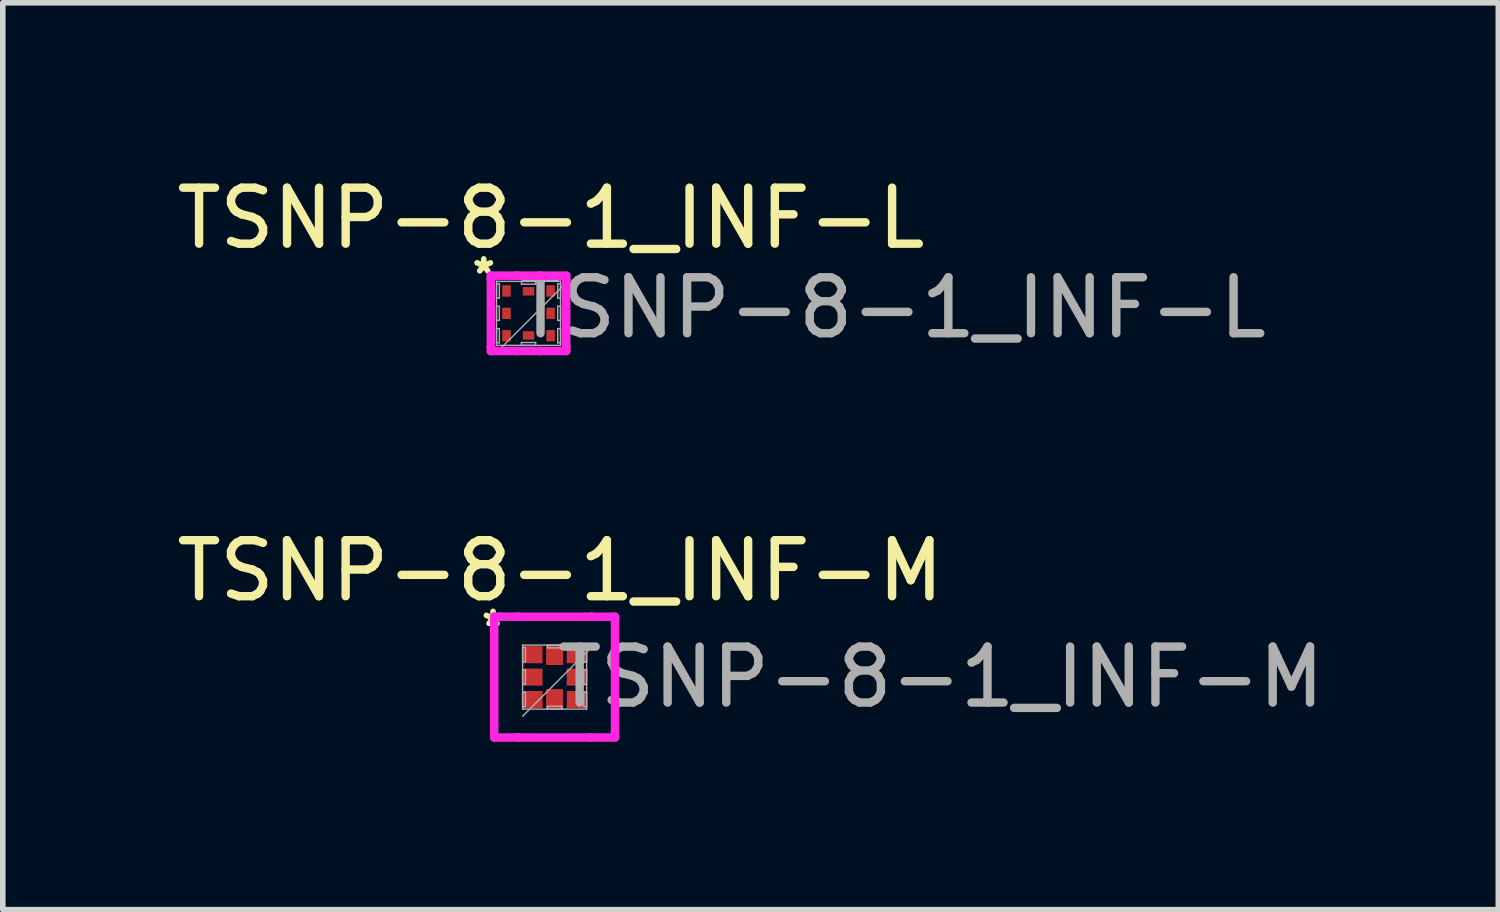
<source format=kicad_pcb>
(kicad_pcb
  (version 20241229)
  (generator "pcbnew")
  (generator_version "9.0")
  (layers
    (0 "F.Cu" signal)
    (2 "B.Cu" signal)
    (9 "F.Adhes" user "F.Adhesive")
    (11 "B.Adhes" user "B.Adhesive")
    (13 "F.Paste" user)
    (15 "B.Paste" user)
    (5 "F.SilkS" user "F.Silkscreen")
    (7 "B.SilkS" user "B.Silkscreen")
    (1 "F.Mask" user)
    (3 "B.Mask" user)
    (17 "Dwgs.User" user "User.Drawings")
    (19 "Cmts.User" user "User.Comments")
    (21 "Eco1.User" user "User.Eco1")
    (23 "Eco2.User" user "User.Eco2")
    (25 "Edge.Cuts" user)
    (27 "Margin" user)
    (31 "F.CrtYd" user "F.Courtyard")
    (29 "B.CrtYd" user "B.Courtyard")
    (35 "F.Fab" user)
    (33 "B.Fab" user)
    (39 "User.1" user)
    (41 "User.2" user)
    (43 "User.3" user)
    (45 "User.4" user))
  (footprint "TSNP-8-1_INF-L"
    (layer "F.Cu")
    (at 6.392 2.548)
    (property "Reference" "TSNP-8-1_INF-L" (at 0.4 -1.7 0) (unlocked yes) (layer "F.SilkS") (effects (font (size 1 1) (thickness 0.15))))
    (attr smd)
    (fp_line (start -0.673 -0.673) (end -0.203 -0.673) (stroke (width 0.152) (type solid)) (layer "F.CrtYd"))
    (fp_line (start -0.673 -0.603) (end -0.673 -0.673) (stroke (width 0.152) (type solid)) (layer "F.CrtYd"))
    (fp_line (start -0.673 -0.603) (end -0.673 -0.603) (stroke (width 0.152) (type solid)) (layer "F.CrtYd"))
    (fp_line (start -0.673 0.603) (end -0.673 -0.603) (stroke (width 0.152) (type solid)) (layer "F.CrtYd"))
    (fp_line (start -0.673 0.603) (end -0.673 0.603) (stroke (width 0.152) (type solid)) (layer "F.CrtYd"))
    (fp_line (start -0.673 0.673) (end -0.673 0.603) (stroke (width 0.152) (type solid)) (layer "F.CrtYd"))
    (fp_line (start -0.203 -0.673) (end -0.203 -0.673) (stroke (width 0.152) (type solid)) (layer "F.CrtYd"))
    (fp_line (start -0.203 -0.673) (end 0.203 -0.673) (stroke (width 0.152) (type solid)) (layer "F.CrtYd"))
    (fp_line (start -0.203 0.673) (end -0.673 0.673) (stroke (width 0.152) (type solid)) (layer "F.CrtYd"))
    (fp_line (start -0.203 0.673) (end -0.203 0.673) (stroke (width 0.152) (type solid)) (layer "F.CrtYd"))
    (fp_line (start 0.203 -0.673) (end 0.203 -0.673) (stroke (width 0.152) (type solid)) (layer "F.CrtYd"))
    (fp_line (start 0.203 -0.673) (end 0.673 -0.673) (stroke (width 0.152) (type solid)) (layer "F.CrtYd"))
    (fp_line (start 0.203 0.673) (end -0.203 0.673) (stroke (width 0.152) (type solid)) (layer "F.CrtYd"))
    (fp_line (start 0.203 0.673) (end 0.203 0.673) (stroke (width 0.152) (type solid)) (layer "F.CrtYd"))
    (fp_line (start 0.673 -0.673) (end 0.673 -0.603) (stroke (width 0.152) (type solid)) (layer "F.CrtYd"))
    (fp_line (start 0.673 -0.603) (end 0.673 -0.603) (stroke (width 0.152) (type solid)) (layer "F.CrtYd"))
    (fp_line (start 0.673 -0.603) (end 0.673 0.603) (stroke (width 0.152) (type solid)) (layer "F.CrtYd"))
    (fp_line (start 0.673 0.603) (end 0.673 0.603) (stroke (width 0.152) (type solid)) (layer "F.CrtYd"))
    (fp_line (start 0.673 0.603) (end 0.673 0.673) (stroke (width 0.152) (type solid)) (layer "F.CrtYd"))
    (fp_line (start 0.673 0.673) (end 0.203 0.673) (stroke (width 0.152) (type solid)) (layer "F.CrtYd"))
    (fp_line (start -0.572 -0.572) (end -0.572 -0.572) (stroke (width 0.025) (type solid)) (layer "F.Fab"))
    (fp_line (start -0.572 -0.572) (end -0.572 0.572) (stroke (width 0.025) (type solid)) (layer "F.Fab"))
    (fp_line (start -0.572 -0.527) (end -0.521 -0.527) (stroke (width 0.025) (type solid)) (layer "F.Fab"))
    (fp_line (start -0.572 -0.273) (end -0.572 -0.527) (stroke (width 0.025) (type solid)) (layer "F.Fab"))
    (fp_line (start -0.572 -0.127) (end -0.521 -0.127) (stroke (width 0.025) (type solid)) (layer "F.Fab"))
    (fp_line (start -0.572 0.127) (end -0.572 -0.127) (stroke (width 0.025) (type solid)) (layer "F.Fab"))
    (fp_line (start -0.572 0.273) (end -0.521 0.273) (stroke (width 0.025) (type solid)) (layer "F.Fab"))
    (fp_line (start -0.572 0.527) (end -0.572 0.273) (stroke (width 0.025) (type solid)) (layer "F.Fab"))
    (fp_line (start -0.572 0.572) (end -0.572 0.572) (stroke (width 0.025) (type solid)) (layer "F.Fab"))
    (fp_line (start -0.572 0.572) (end 0.572 0.572) (stroke (width 0.025) (type solid)) (layer "F.Fab"))
    (fp_line (start -0.572 0.699) (end 0.699 -0.572) (stroke (width 0.025) (type solid)) (layer "F.Fab"))
    (fp_line (start -0.521 -0.527) (end -0.521 -0.273) (stroke (width 0.025) (type solid)) (layer "F.Fab"))
    (fp_line (start -0.521 -0.273) (end -0.572 -0.273) (stroke (width 0.025) (type solid)) (layer "F.Fab"))
    (fp_line (start -0.521 -0.127) (end -0.521 0.127) (stroke (width 0.025) (type solid)) (layer "F.Fab"))
    (fp_line (start -0.521 0.127) (end -0.572 0.127) (stroke (width 0.025) (type solid)) (layer "F.Fab"))
    (fp_line (start -0.521 0.273) (end -0.521 0.527) (stroke (width 0.025) (type solid)) (layer "F.Fab"))
    (fp_line (start -0.521 0.527) (end -0.572 0.527) (stroke (width 0.025) (type solid)) (layer "F.Fab"))
    (fp_line (start -0.127 -0.572) (end 0.127 -0.572) (stroke (width 0.025) (type solid)) (layer "F.Fab"))
    (fp_line (start -0.127 -0.521) (end -0.127 -0.572) (stroke (width 0.025) (type solid)) (layer "F.Fab"))
    (fp_line (start -0.127 0.521) (end 0.127 0.521) (stroke (width 0.025) (type solid)) (layer "F.Fab"))
    (fp_line (start -0.127 0.572) (end -0.127 0.521) (stroke (width 0.025) (type solid)) (layer "F.Fab"))
    (fp_line (start 0.127 -0.572) (end 0.127 -0.521) (stroke (width 0.025) (type solid)) (layer "F.Fab"))
    (fp_line (start 0.127 -0.521) (end -0.127 -0.521) (stroke (width 0.025) (type solid)) (layer "F.Fab"))
    (fp_line (start 0.127 0.521) (end 0.127 0.572) (stroke (width 0.025) (type solid)) (layer "F.Fab"))
    (fp_line (start 0.127 0.572) (end -0.127 0.572) (stroke (width 0.025) (type solid)) (layer "F.Fab"))
    (fp_line (start 0.521 -0.527) (end 0.572 -0.527) (stroke (width 0.025) (type solid)) (layer "F.Fab"))
    (fp_line (start 0.521 -0.273) (end 0.521 -0.527) (stroke (width 0.025) (type solid)) (layer "F.Fab"))
    (fp_line (start 0.521 -0.127) (end 0.572 -0.127) (stroke (width 0.025) (type solid)) (layer "F.Fab"))
    (fp_line (start 0.521 0.127) (end 0.521 -0.127) (stroke (width 0.025) (type solid)) (layer "F.Fab"))
    (fp_line (start 0.521 0.273) (end 0.572 0.273) (stroke (width 0.025) (type solid)) (layer "F.Fab"))
    (fp_line (start 0.521 0.527) (end 0.521 0.273) (stroke (width 0.025) (type solid)) (layer "F.Fab"))
    (fp_line (start 0.572 -0.572) (end -0.572 -0.572) (stroke (width 0.025) (type solid)) (layer "F.Fab"))
    (fp_line (start 0.572 -0.572) (end 0.572 -0.572) (stroke (width 0.025) (type solid)) (layer "F.Fab"))
    (fp_line (start 0.572 -0.527) (end 0.572 -0.273) (stroke (width 0.025) (type solid)) (layer "F.Fab"))
    (fp_line (start 0.572 -0.273) (end 0.521 -0.273) (stroke (width 0.025) (type solid)) (layer "F.Fab"))
    (fp_line (start 0.572 -0.127) (end 0.572 0.127) (stroke (width 0.025) (type solid)) (layer "F.Fab"))
    (fp_line (start 0.572 0.127) (end 0.521 0.127) (stroke (width 0.025) (type solid)) (layer "F.Fab"))
    (fp_line (start 0.572 0.273) (end 0.572 0.527) (stroke (width 0.025) (type solid)) (layer "F.Fab"))
    (fp_line (start 0.572 0.527) (end 0.521 0.527) (stroke (width 0.025) (type solid)) (layer "F.Fab"))
    (fp_line (start 0.572 0.572) (end 0.572 -0.572) (stroke (width 0.025) (type solid)) (layer "F.Fab"))
    (fp_line (start 0.572 0.572) (end 0.572 0.572) (stroke (width 0.025) (type solid)) (layer "F.Fab"))
    (fp_text user "*" (at -0.8 -0.7 0) (layer "F.SilkS") (effects (font (size 0.5 0.5) (thickness 0.1) (bold yes))))
    (fp_text user "${REFERENCE}" (at 6.5 -0.1 0) (unlocked yes) (layer "F.Fab") (effects (font (size 1 1) (thickness 0.15))))
    (pad "1" smd rect (at -0.394 -0.4 90) (size 0.203 0.152) (layers "F.Cu" "F.Mask" "F.Paste"))
    (pad "2" smd rect (at -0.394 0 90) (size 0.203 0.152) (layers "F.Cu" "F.Mask" "F.Paste"))
    (pad "3" smd rect (at -0.394 0.4 90) (size 0.203 0.152) (layers "F.Cu" "F.Mask" "F.Paste"))
    (pad "4" smd rect (at 0 0.394) (size 0.203 0.152) (layers "F.Cu" "F.Mask" "F.Paste"))
    (pad "5" smd rect (at 0.394 0.4 90) (size 0.203 0.152) (layers "F.Cu" "F.Mask" "F.Paste"))
    (pad "6" smd rect (at 0.394 0 90) (size 0.203 0.152) (layers "F.Cu" "F.Mask" "F.Paste"))
    (pad "7" smd rect (at 0.394 -0.4 90) (size 0.203 0.152) (layers "F.Cu" "F.Mask" "F.Paste"))
    (pad "8" smd rect (at 0 -0.394) (size 0.203 0.152) (layers "F.Cu" "F.Mask" "F.Paste")))
  (footprint "TSNP-8-1_INF-M"
    (layer "F.Cu")
    (at 6.858 9.046)
    (property "Reference" "TSNP-8-1_INF-M" (at 0.1 -1.9 0) (unlocked yes) (layer "F.SilkS") (effects (font (size 1 1) (thickness 0.15))))
    (attr smd)
    (fp_line (start -1.079 -1.079) (end -0.66 -1.079) (stroke (width 0.152) (type solid)) (layer "F.CrtYd"))
    (fp_line (start -1.079 -1.06) (end -1.079 -1.079) (stroke (width 0.152) (type solid)) (layer "F.CrtYd"))
    (fp_line (start -1.079 -1.06) (end -1.079 -1.06) (stroke (width 0.152) (type solid)) (layer "F.CrtYd"))
    (fp_line (start -1.079 1.06) (end -1.079 -1.06) (stroke (width 0.152) (type solid)) (layer "F.CrtYd"))
    (fp_line (start -1.079 1.06) (end -1.079 1.06) (stroke (width 0.152) (type solid)) (layer "F.CrtYd"))
    (fp_line (start -1.079 1.079) (end -1.079 1.06) (stroke (width 0.152) (type solid)) (layer "F.CrtYd"))
    (fp_line (start -0.66 -1.079) (end -0.66 -1.079) (stroke (width 0.152) (type solid)) (layer "F.CrtYd"))
    (fp_line (start -0.66 -1.079) (end 0.66 -1.079) (stroke (width 0.152) (type solid)) (layer "F.CrtYd"))
    (fp_line (start -0.66 1.079) (end -1.079 1.079) (stroke (width 0.152) (type solid)) (layer "F.CrtYd"))
    (fp_line (start -0.66 1.079) (end -0.66 1.079) (stroke (width 0.152) (type solid)) (layer "F.CrtYd"))
    (fp_line (start 0.66 -1.079) (end 0.66 -1.079) (stroke (width 0.152) (type solid)) (layer "F.CrtYd"))
    (fp_line (start 0.66 -1.079) (end 1.079 -1.079) (stroke (width 0.152) (type solid)) (layer "F.CrtYd"))
    (fp_line (start 0.66 1.079) (end -0.66 1.079) (stroke (width 0.152) (type solid)) (layer "F.CrtYd"))
    (fp_line (start 0.66 1.079) (end 0.66 1.079) (stroke (width 0.152) (type solid)) (layer "F.CrtYd"))
    (fp_line (start 1.079 -1.079) (end 1.079 -1.06) (stroke (width 0.152) (type solid)) (layer "F.CrtYd"))
    (fp_line (start 1.079 -1.06) (end 1.079 -1.06) (stroke (width 0.152) (type solid)) (layer "F.CrtYd"))
    (fp_line (start 1.079 -1.06) (end 1.079 1.06) (stroke (width 0.152) (type solid)) (layer "F.CrtYd"))
    (fp_line (start 1.079 1.06) (end 1.079 1.06) (stroke (width 0.152) (type solid)) (layer "F.CrtYd"))
    (fp_line (start 1.079 1.06) (end 1.079 1.079) (stroke (width 0.152) (type solid)) (layer "F.CrtYd"))
    (fp_line (start 1.079 1.079) (end 0.66 1.079) (stroke (width 0.152) (type solid)) (layer "F.CrtYd"))
    (fp_line (start -0.572 -0.572) (end -0.572 -0.572) (stroke (width 0.025) (type solid)) (layer "F.Fab"))
    (fp_line (start -0.572 -0.572) (end -0.572 0.572) (stroke (width 0.025) (type solid)) (layer "F.Fab"))
    (fp_line (start -0.572 -0.527) (end -0.521 -0.527) (stroke (width 0.025) (type solid)) (layer "F.Fab"))
    (fp_line (start -0.572 -0.273) (end -0.572 -0.527) (stroke (width 0.025) (type solid)) (layer "F.Fab"))
    (fp_line (start -0.572 -0.127) (end -0.521 -0.127) (stroke (width 0.025) (type solid)) (layer "F.Fab"))
    (fp_line (start -0.572 0.127) (end -0.572 -0.127) (stroke (width 0.025) (type solid)) (layer "F.Fab"))
    (fp_line (start -0.572 0.273) (end -0.521 0.273) (stroke (width 0.025) (type solid)) (layer "F.Fab"))
    (fp_line (start -0.572 0.527) (end -0.572 0.273) (stroke (width 0.025) (type solid)) (layer "F.Fab"))
    (fp_line (start -0.572 0.572) (end -0.572 0.572) (stroke (width 0.025) (type solid)) (layer "F.Fab"))
    (fp_line (start -0.572 0.572) (end 0.572 0.572) (stroke (width 0.025) (type solid)) (layer "F.Fab"))
    (fp_line (start -0.572 0.699) (end 0.699 -0.572) (stroke (width 0.025) (type solid)) (layer "F.Fab"))
    (fp_line (start -0.521 -0.527) (end -0.521 -0.273) (stroke (width 0.025) (type solid)) (layer "F.Fab"))
    (fp_line (start -0.521 -0.273) (end -0.572 -0.273) (stroke (width 0.025) (type solid)) (layer "F.Fab"))
    (fp_line (start -0.521 -0.127) (end -0.521 0.127) (stroke (width 0.025) (type solid)) (layer "F.Fab"))
    (fp_line (start -0.521 0.127) (end -0.572 0.127) (stroke (width 0.025) (type solid)) (layer "F.Fab"))
    (fp_line (start -0.521 0.273) (end -0.521 0.527) (stroke (width 0.025) (type solid)) (layer "F.Fab"))
    (fp_line (start -0.521 0.527) (end -0.572 0.527) (stroke (width 0.025) (type solid)) (layer "F.Fab"))
    (fp_line (start -0.127 -0.572) (end 0.127 -0.572) (stroke (width 0.025) (type solid)) (layer "F.Fab"))
    (fp_line (start -0.127 -0.521) (end -0.127 -0.572) (stroke (width 0.025) (type solid)) (layer "F.Fab"))
    (fp_line (start -0.127 0.521) (end 0.127 0.521) (stroke (width 0.025) (type solid)) (layer "F.Fab"))
    (fp_line (start -0.127 0.572) (end -0.127 0.521) (stroke (width 0.025) (type solid)) (layer "F.Fab"))
    (fp_line (start 0.127 -0.572) (end 0.127 -0.521) (stroke (width 0.025) (type solid)) (layer "F.Fab"))
    (fp_line (start 0.127 -0.521) (end -0.127 -0.521) (stroke (width 0.025) (type solid)) (layer "F.Fab"))
    (fp_line (start 0.127 0.521) (end 0.127 0.572) (stroke (width 0.025) (type solid)) (layer "F.Fab"))
    (fp_line (start 0.127 0.572) (end -0.127 0.572) (stroke (width 0.025) (type solid)) (layer "F.Fab"))
    (fp_line (start 0.521 -0.527) (end 0.572 -0.527) (stroke (width 0.025) (type solid)) (layer "F.Fab"))
    (fp_line (start 0.521 -0.273) (end 0.521 -0.527) (stroke (width 0.025) (type solid)) (layer "F.Fab"))
    (fp_line (start 0.521 -0.127) (end 0.572 -0.127) (stroke (width 0.025) (type solid)) (layer "F.Fab"))
    (fp_line (start 0.521 0.127) (end 0.521 -0.127) (stroke (width 0.025) (type solid)) (layer "F.Fab"))
    (fp_line (start 0.521 0.273) (end 0.572 0.273) (stroke (width 0.025) (type solid)) (layer "F.Fab"))
    (fp_line (start 0.521 0.527) (end 0.521 0.273) (stroke (width 0.025) (type solid)) (layer "F.Fab"))
    (fp_line (start 0.572 -0.572) (end -0.572 -0.572) (stroke (width 0.025) (type solid)) (layer "F.Fab"))
    (fp_line (start 0.572 -0.572) (end 0.572 -0.572) (stroke (width 0.025) (type solid)) (layer "F.Fab"))
    (fp_line (start 0.572 -0.527) (end 0.572 -0.273) (stroke (width 0.025) (type solid)) (layer "F.Fab"))
    (fp_line (start 0.572 -0.273) (end 0.521 -0.273) (stroke (width 0.025) (type solid)) (layer "F.Fab"))
    (fp_line (start 0.572 -0.127) (end 0.572 0.127) (stroke (width 0.025) (type solid)) (layer "F.Fab"))
    (fp_line (start 0.572 0.127) (end 0.521 0.127) (stroke (width 0.025) (type solid)) (layer "F.Fab"))
    (fp_line (start 0.572 0.273) (end 0.572 0.527) (stroke (width 0.025) (type solid)) (layer "F.Fab"))
    (fp_line (start 0.572 0.527) (end 0.521 0.527) (stroke (width 0.025) (type solid)) (layer "F.Fab"))
    (fp_line (start 0.572 0.572) (end 0.572 -0.572) (stroke (width 0.025) (type solid)) (layer "F.Fab"))
    (fp_line (start 0.572 0.572) (end 0.572 0.572) (stroke (width 0.025) (type solid)) (layer "F.Fab"))
    (fp_text user "*" (at -1.1 -0.9 0) (layer "F.SilkS") (effects (font (size 0.5 0.5) (thickness 0.1) (bold yes))))
    (fp_text user "${REFERENCE}" (at 6.9 0 0) (unlocked yes) (layer "F.Fab") (effects (font (size 1 1) (thickness 0.15))))
    (pad "1" smd rect (at -0.394 -0.4 90) (size 0.305 0.356) (layers "F.Cu" "F.Mask" "F.Paste"))
    (pad "2" smd rect (at -0.394 0 90) (size 0.305 0.356) (layers "F.Cu" "F.Mask" "F.Paste"))
    (pad "3" smd rect (at -0.394 0.4 90) (size 0.305 0.356) (layers "F.Cu" "F.Mask" "F.Paste"))
    (pad "4" smd rect (at 0 0.394) (size 0.305 0.356) (layers "F.Cu" "F.Mask" "F.Paste"))
    (pad "5" smd rect (at 0.394 0.4 90) (size 0.305 0.356) (layers "F.Cu" "F.Mask" "F.Paste"))
    (pad "6" smd rect (at 0.394 0 90) (size 0.305 0.356) (layers "F.Cu" "F.Mask" "F.Paste"))
    (pad "7" smd rect (at 0.394 -0.4 90) (size 0.305 0.356) (layers "F.Cu" "F.Mask" "F.Paste"))
    (pad "8" smd rect (at 0 -0.394) (size 0.305 0.356) (layers "F.Cu" "F.Mask" "F.Paste")))
  (gr_rect
    (start -3 -3)
    (end 23.717 13.201)
    (stroke (width 0.1) (type default))
    (fill no)
    (layer "Edge.Cuts")))
</source>
